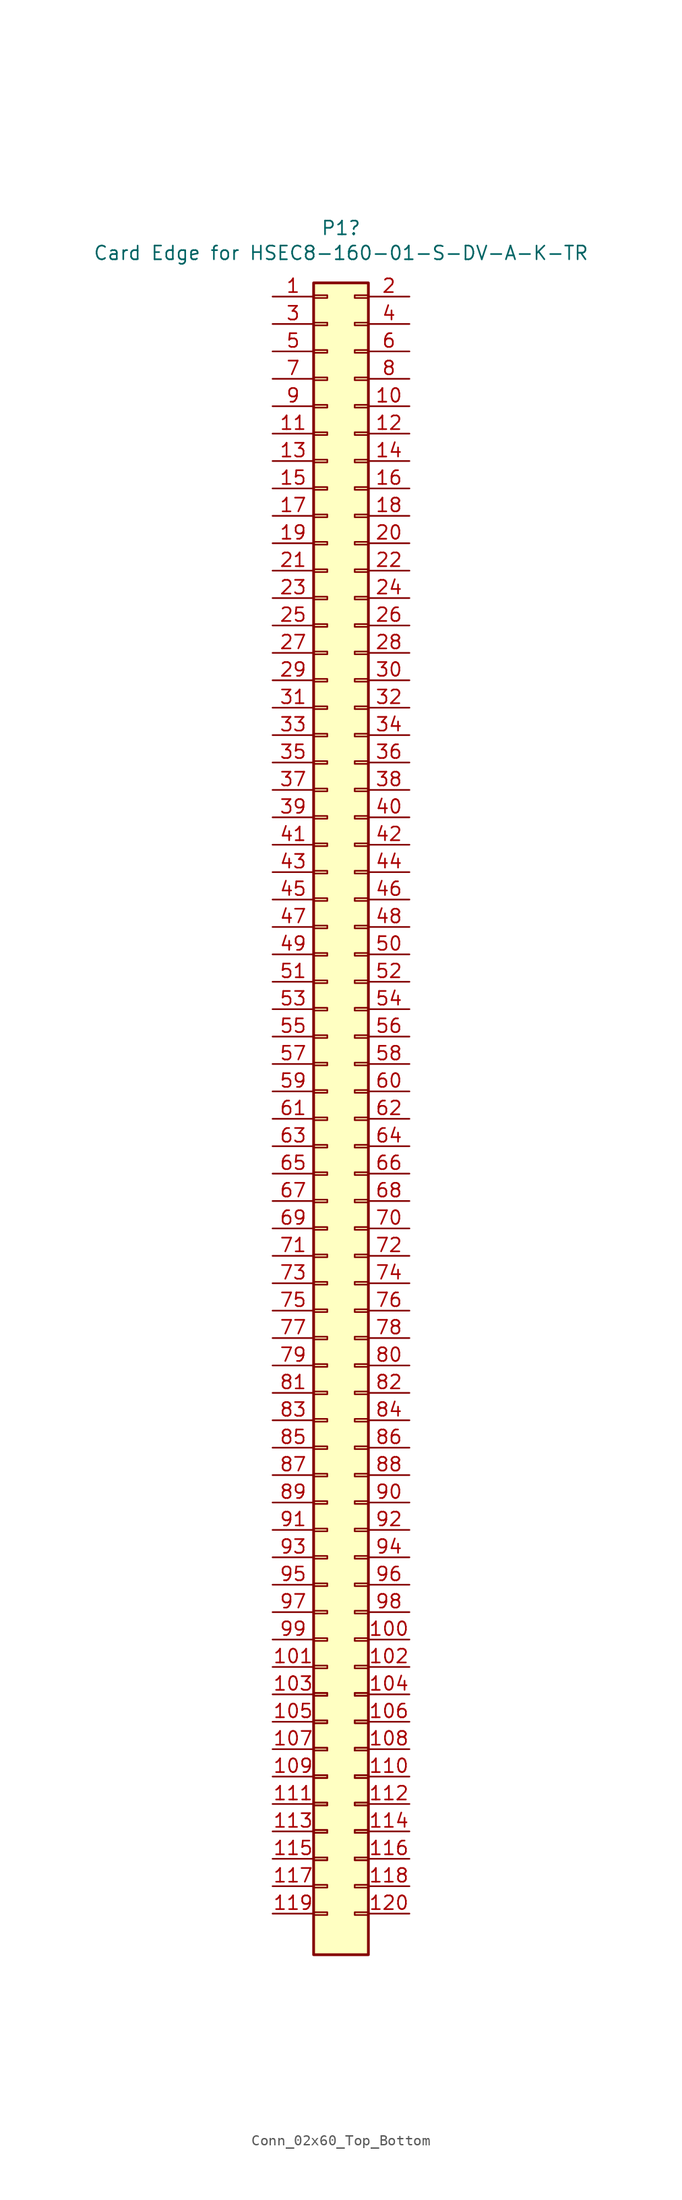
<source format=kicad_sym>
(kicad_symbol_lib
  (version 20220914)
  (generator kicad_symbol_editor)
  (symbol "Conn_02x60_Top_Bottom"
    (pin_names
      (offset 1.016) hide)
    (property "Reference" "P1"
      (at 0 5.08 0)
      (effects (font (size 1.27 1.27))))
    (property "Value" "Card Edge for HSEC8-160-01-S-DV-A-K-TR"
      (at 0 2.769 0)
      (effects (font (size 1.27 1.27))))
    (symbol "Conn_02x60_Top_Bottom_1_1"
      (rectangle (start -2.54 -151.003) (end -1.27 -151.257) (stroke (width 0.152) (type default)) (fill (type none)))
      (rectangle (start -2.54 -148.463) (end -1.27 -148.717) (stroke (width 0.152) (type default)) (fill (type none)))
      (rectangle (start -2.54 -145.923) (end -1.27 -146.177) (stroke (width 0.152) (type default)) (fill (type none)))
      (rectangle (start -2.54 -145.923) (end -1.27 -146.177) (stroke (width 0.152) (type default)) (fill (type none)))
      (rectangle (start -2.54 -143.383) (end -1.27 -143.637) (stroke (width 0.152) (type default)) (fill (type none)))
      (rectangle (start -2.54 -143.383) (end -1.27 -143.637) (stroke (width 0.152) (type default)) (fill (type none)))
      (rectangle (start -2.54 -140.843) (end -1.27 -141.097) (stroke (width 0.152) (type default)) (fill (type none)))
      (rectangle (start -2.54 -140.843) (end -1.27 -141.097) (stroke (width 0.152) (type default)) (fill (type none)))
      (rectangle (start -2.54 -138.303) (end -1.27 -138.557) (stroke (width 0.152) (type default)) (fill (type none)))
      (rectangle (start -2.54 -138.303) (end -1.27 -138.557) (stroke (width 0.152) (type default)) (fill (type none)))
      (rectangle (start -2.54 -135.763) (end -1.27 -136.017) (stroke (width 0.152) (type default)) (fill (type none)))
      (rectangle (start -2.54 -135.763) (end -1.27 -136.017) (stroke (width 0.152) (type default)) (fill (type none)))
      (rectangle (start -2.54 -133.223) (end -1.27 -133.477) (stroke (width 0.152) (type default)) (fill (type none)))
      (rectangle (start -2.54 -133.223) (end -1.27 -133.477) (stroke (width 0.152) (type default)) (fill (type none)))
      (rectangle (start -2.54 -130.683) (end -1.27 -130.937) (stroke (width 0.152) (type default)) (fill (type none)))
      (rectangle (start -2.54 -130.683) (end -1.27 -130.937) (stroke (width 0.152) (type default)) (fill (type none)))
      (rectangle (start -2.54 -128.143) (end -1.27 -128.397) (stroke (width 0.152) (type default)) (fill (type none)))
      (rectangle (start -2.54 -125.603) (end -1.27 -125.857) (stroke (width 0.152) (type default)) (fill (type none)))
      (rectangle (start -2.54 -123.063) (end -1.27 -123.317) (stroke (width 0.152) (type default)) (fill (type none)))
      (rectangle (start -2.54 -120.523) (end -1.27 -120.777) (stroke (width 0.152) (type default)) (fill (type none)))
      (rectangle (start -2.54 -117.983) (end -1.27 -118.237) (stroke (width 0.152) (type default)) (fill (type none)))
      (rectangle (start -2.54 -115.443) (end -1.27 -115.697) (stroke (width 0.152) (type default)) (fill (type none)))
      (rectangle (start -2.54 -112.903) (end -1.27 -113.157) (stroke (width 0.152) (type default)) (fill (type none)))
      (rectangle (start -2.54 -110.363) (end -1.27 -110.617) (stroke (width 0.152) (type default)) (fill (type none)))
      (rectangle (start -2.54 -107.823) (end -1.27 -108.077) (stroke (width 0.152) (type default)) (fill (type none)))
      (rectangle (start -2.54 -105.283) (end -1.27 -105.537) (stroke (width 0.152) (type default)) (fill (type none)))
      (rectangle (start -2.54 -102.743) (end -1.27 -102.997) (stroke (width 0.152) (type default)) (fill (type none)))
      (rectangle (start -2.54 -100.203) (end -1.27 -100.457) (stroke (width 0.152) (type default)) (fill (type none)))
      (rectangle (start -2.54 -97.663) (end -1.27 -97.917) (stroke (width 0.152) (type default)) (fill (type none)))
      (rectangle (start -2.54 -95.123) (end -1.27 -95.377) (stroke (width 0.152) (type default)) (fill (type none)))
      (rectangle (start -2.54 -92.583) (end -1.27 -92.837) (stroke (width 0.152) (type default)) (fill (type none)))
      (rectangle (start -2.54 -90.043) (end -1.27 -90.297) (stroke (width 0.152) (type default)) (fill (type none)))
      (rectangle (start -2.54 -87.503) (end -1.27 -87.757) (stroke (width 0.152) (type default)) (fill (type none)))
      (rectangle (start -2.54 -84.963) (end -1.27 -85.217) (stroke (width 0.152) (type default)) (fill (type none)))
      (rectangle (start -2.54 -82.423) (end -1.27 -82.677) (stroke (width 0.152) (type default)) (fill (type none)))
      (rectangle (start -2.54 -79.883) (end -1.27 -80.137) (stroke (width 0.152) (type default)) (fill (type none)))
      (rectangle (start -2.54 -77.343) (end -1.27 -77.597) (stroke (width 0.152) (type default)) (fill (type none)))
      (rectangle (start -2.54 -74.803) (end -1.27 -75.057) (stroke (width 0.152) (type default)) (fill (type none)))
      (rectangle (start -2.54 -72.263) (end -1.27 -72.517) (stroke (width 0.152) (type default)) (fill (type none)))
      (rectangle (start -2.54 -69.723) (end -1.27 -69.977) (stroke (width 0.152) (type default)) (fill (type none)))
      (rectangle (start -2.54 -67.183) (end -1.27 -67.437) (stroke (width 0.152) (type default)) (fill (type none)))
      (rectangle (start -2.54 -64.643) (end -1.27 -64.897) (stroke (width 0.152) (type default)) (fill (type none)))
      (rectangle (start -2.54 -62.103) (end -1.27 -62.357) (stroke (width 0.152) (type default)) (fill (type none)))
      (rectangle (start -2.54 -59.563) (end -1.27 -59.817) (stroke (width 0.152) (type default)) (fill (type none)))
      (rectangle (start -2.54 -57.023) (end -1.27 -57.277) (stroke (width 0.152) (type default)) (fill (type none)))
      (rectangle (start -2.54 -54.483) (end -1.27 -54.737) (stroke (width 0.152) (type default)) (fill (type none)))
      (rectangle (start -2.54 -51.943) (end -1.27 -52.197) (stroke (width 0.152) (type default)) (fill (type none)))
      (rectangle (start -2.54 -49.403) (end -1.27 -49.657) (stroke (width 0.152) (type default)) (fill (type none)))
      (rectangle (start -2.54 -46.863) (end -1.27 -47.117) (stroke (width 0.152) (type default)) (fill (type none)))
      (rectangle (start -2.54 -44.323) (end -1.27 -44.577) (stroke (width 0.152) (type default)) (fill (type none)))
      (rectangle (start -2.54 -41.783) (end -1.27 -42.037) (stroke (width 0.152) (type default)) (fill (type none)))
      (rectangle (start -2.54 -39.243) (end -1.27 -39.497) (stroke (width 0.152) (type default)) (fill (type none)))
      (rectangle (start -2.54 -36.703) (end -1.27 -36.957) (stroke (width 0.152) (type default)) (fill (type none)))
      (rectangle (start -2.54 -34.163) (end -1.27 -34.417) (stroke (width 0.152) (type default)) (fill (type none)))
      (rectangle (start -2.54 -31.623) (end -1.27 -31.877) (stroke (width 0.152) (type default)) (fill (type none)))
      (rectangle (start -2.54 -29.083) (end -1.27 -29.337) (stroke (width 0.152) (type default)) (fill (type none)))
      (rectangle (start -2.54 -26.543) (end -1.27 -26.797) (stroke (width 0.152) (type default)) (fill (type none)))
      (rectangle (start -2.54 -24.003) (end -1.27 -24.257) (stroke (width 0.152) (type default)) (fill (type none)))
      (rectangle (start -2.54 -21.463) (end -1.27 -21.717) (stroke (width 0.152) (type default)) (fill (type none)))
      (rectangle (start -2.54 -18.923) (end -1.27 -19.177) (stroke (width 0.152) (type default)) (fill (type none)))
      (rectangle (start -2.54 -16.383) (end -1.27 -16.637) (stroke (width 0.152) (type default)) (fill (type none)))
      (rectangle (start -2.54 -13.843) (end -1.27 -14.097) (stroke (width 0.152) (type default)) (fill (type none)))
      (rectangle (start -2.54 -11.303) (end -1.27 -11.557) (stroke (width 0.152) (type default)) (fill (type none)))
      (rectangle (start -2.54 -8.763) (end -1.27 -9.017) (stroke (width 0.152) (type default)) (fill (type none)))
      (rectangle (start -2.54 -6.223) (end -1.27 -6.477) (stroke (width 0.152) (type default)) (fill (type none)))
      (rectangle (start -2.54 -3.683) (end -1.27 -3.937) (stroke (width 0.152) (type default)) (fill (type none)))
      (rectangle (start -2.54 -1.143) (end -1.27 -1.397) (stroke (width 0.152) (type default)) (fill (type none)))
      (rectangle (start -2.54 0) (end 2.54 -154.94) (stroke (width 0.254) (type default)) (fill (type background)))
      (rectangle (start 2.54 -151.003) (end 1.27 -151.257) (stroke (width 0.152) (type default)) (fill (type none)))
      (rectangle (start 2.54 -148.463) (end 1.27 -148.717) (stroke (width 0.152) (type default)) (fill (type none)))
      (rectangle (start 2.54 -145.923) (end 1.27 -146.177) (stroke (width 0.152) (type default)) (fill (type none)))
      (rectangle (start 2.54 -145.923) (end 1.27 -146.177) (stroke (width 0.152) (type default)) (fill (type none)))
      (rectangle (start 2.54 -143.383) (end 1.27 -143.637) (stroke (width 0.152) (type default)) (fill (type none)))
      (rectangle (start 2.54 -143.383) (end 1.27 -143.637) (stroke (width 0.152) (type default)) (fill (type none)))
      (rectangle (start 2.54 -140.843) (end 1.27 -141.097) (stroke (width 0.152) (type default)) (fill (type none)))
      (rectangle (start 2.54 -140.843) (end 1.27 -141.097) (stroke (width 0.152) (type default)) (fill (type none)))
      (rectangle (start 2.54 -138.303) (end 1.27 -138.557) (stroke (width 0.152) (type default)) (fill (type none)))
      (rectangle (start 2.54 -138.303) (end 1.27 -138.557) (stroke (width 0.152) (type default)) (fill (type none)))
      (rectangle (start 2.54 -135.763) (end 1.27 -136.017) (stroke (width 0.152) (type default)) (fill (type none)))
      (rectangle (start 2.54 -135.763) (end 1.27 -136.017) (stroke (width 0.152) (type default)) (fill (type none)))
      (rectangle (start 2.54 -133.223) (end 1.27 -133.477) (stroke (width 0.152) (type default)) (fill (type none)))
      (rectangle (start 2.54 -133.223) (end 1.27 -133.477) (stroke (width 0.152) (type default)) (fill (type none)))
      (rectangle (start 2.54 -130.683) (end 1.27 -130.937) (stroke (width 0.152) (type default)) (fill (type none)))
      (rectangle (start 2.54 -130.683) (end 1.27 -130.937) (stroke (width 0.152) (type default)) (fill (type none)))
      (rectangle (start 2.54 -128.143) (end 1.27 -128.397) (stroke (width 0.152) (type default)) (fill (type none)))
      (rectangle (start 2.54 -125.603) (end 1.27 -125.857) (stroke (width 0.152) (type default)) (fill (type none)))
      (rectangle (start 2.54 -123.063) (end 1.27 -123.317) (stroke (width 0.152) (type default)) (fill (type none)))
      (rectangle (start 2.54 -120.523) (end 1.27 -120.777) (stroke (width 0.152) (type default)) (fill (type none)))
      (rectangle (start 2.54 -117.983) (end 1.27 -118.237) (stroke (width 0.152) (type default)) (fill (type none)))
      (rectangle (start 2.54 -115.443) (end 1.27 -115.697) (stroke (width 0.152) (type default)) (fill (type none)))
      (rectangle (start 2.54 -112.903) (end 1.27 -113.157) (stroke (width 0.152) (type default)) (fill (type none)))
      (rectangle (start 2.54 -110.363) (end 1.27 -110.617) (stroke (width 0.152) (type default)) (fill (type none)))
      (rectangle (start 2.54 -107.823) (end 1.27 -108.077) (stroke (width 0.152) (type default)) (fill (type none)))
      (rectangle (start 2.54 -105.283) (end 1.27 -105.537) (stroke (width 0.152) (type default)) (fill (type none)))
      (rectangle (start 2.54 -102.743) (end 1.27 -102.997) (stroke (width 0.152) (type default)) (fill (type none)))
      (rectangle (start 2.54 -100.203) (end 1.27 -100.457) (stroke (width 0.152) (type default)) (fill (type none)))
      (rectangle (start 2.54 -97.663) (end 1.27 -97.917) (stroke (width 0.152) (type default)) (fill (type none)))
      (rectangle (start 2.54 -95.123) (end 1.27 -95.377) (stroke (width 0.152) (type default)) (fill (type none)))
      (rectangle (start 2.54 -92.583) (end 1.27 -92.837) (stroke (width 0.152) (type default)) (fill (type none)))
      (rectangle (start 2.54 -90.043) (end 1.27 -90.297) (stroke (width 0.152) (type default)) (fill (type none)))
      (rectangle (start 2.54 -87.503) (end 1.27 -87.757) (stroke (width 0.152) (type default)) (fill (type none)))
      (rectangle (start 2.54 -84.963) (end 1.27 -85.217) (stroke (width 0.152) (type default)) (fill (type none)))
      (rectangle (start 2.54 -82.423) (end 1.27 -82.677) (stroke (width 0.152) (type default)) (fill (type none)))
      (rectangle (start 2.54 -79.883) (end 1.27 -80.137) (stroke (width 0.152) (type default)) (fill (type none)))
      (rectangle (start 2.54 -77.343) (end 1.27 -77.597) (stroke (width 0.152) (type default)) (fill (type none)))
      (rectangle (start 2.54 -74.803) (end 1.27 -75.057) (stroke (width 0.152) (type default)) (fill (type none)))
      (rectangle (start 2.54 -72.263) (end 1.27 -72.517) (stroke (width 0.152) (type default)) (fill (type none)))
      (rectangle (start 2.54 -69.723) (end 1.27 -69.977) (stroke (width 0.152) (type default)) (fill (type none)))
      (rectangle (start 2.54 -67.183) (end 1.27 -67.437) (stroke (width 0.152) (type default)) (fill (type none)))
      (rectangle (start 2.54 -64.643) (end 1.27 -64.897) (stroke (width 0.152) (type default)) (fill (type none)))
      (rectangle (start 2.54 -62.103) (end 1.27 -62.357) (stroke (width 0.152) (type default)) (fill (type none)))
      (rectangle (start 2.54 -59.563) (end 1.27 -59.817) (stroke (width 0.152) (type default)) (fill (type none)))
      (rectangle (start 2.54 -57.023) (end 1.27 -57.277) (stroke (width 0.152) (type default)) (fill (type none)))
      (rectangle (start 2.54 -54.483) (end 1.27 -54.737) (stroke (width 0.152) (type default)) (fill (type none)))
      (rectangle (start 2.54 -51.943) (end 1.27 -52.197) (stroke (width 0.152) (type default)) (fill (type none)))
      (rectangle (start 2.54 -49.403) (end 1.27 -49.657) (stroke (width 0.152) (type default)) (fill (type none)))
      (rectangle (start 2.54 -46.863) (end 1.27 -47.117) (stroke (width 0.152) (type default)) (fill (type none)))
      (rectangle (start 2.54 -44.323) (end 1.27 -44.577) (stroke (width 0.152) (type default)) (fill (type none)))
      (rectangle (start 2.54 -41.783) (end 1.27 -42.037) (stroke (width 0.152) (type default)) (fill (type none)))
      (rectangle (start 2.54 -39.243) (end 1.27 -39.497) (stroke (width 0.152) (type default)) (fill (type none)))
      (rectangle (start 2.54 -36.703) (end 1.27 -36.957) (stroke (width 0.152) (type default)) (fill (type none)))
      (rectangle (start 2.54 -34.163) (end 1.27 -34.417) (stroke (width 0.152) (type default)) (fill (type none)))
      (rectangle (start 2.54 -31.623) (end 1.27 -31.877) (stroke (width 0.152) (type default)) (fill (type none)))
      (rectangle (start 2.54 -29.083) (end 1.27 -29.337) (stroke (width 0.152) (type default)) (fill (type none)))
      (rectangle (start 2.54 -26.543) (end 1.27 -26.797) (stroke (width 0.152) (type default)) (fill (type none)))
      (rectangle (start 2.54 -24.003) (end 1.27 -24.257) (stroke (width 0.152) (type default)) (fill (type none)))
      (rectangle (start 2.54 -21.463) (end 1.27 -21.717) (stroke (width 0.152) (type default)) (fill (type none)))
      (rectangle (start 2.54 -18.923) (end 1.27 -19.177) (stroke (width 0.152) (type default)) (fill (type none)))
      (rectangle (start 2.54 -16.383) (end 1.27 -16.637) (stroke (width 0.152) (type default)) (fill (type none)))
      (rectangle (start 2.54 -13.843) (end 1.27 -14.097) (stroke (width 0.152) (type default)) (fill (type none)))
      (rectangle (start 2.54 -11.303) (end 1.27 -11.557) (stroke (width 0.152) (type default)) (fill (type none)))
      (rectangle (start 2.54 -8.763) (end 1.27 -9.017) (stroke (width 0.152) (type default)) (fill (type none)))
      (rectangle (start 2.54 -6.223) (end 1.27 -6.477) (stroke (width 0.152) (type default)) (fill (type none)))
      (rectangle (start 2.54 -3.683) (end 1.27 -3.937) (stroke (width 0.152) (type default)) (fill (type none)))
      (rectangle (start 2.54 -1.143) (end 1.27 -1.397) (stroke (width 0.152) (type default)) (fill (type none)))
      (pin passive line (at -6.35 -1.27 0) (length 3.81) (name "Pin_1" (effects (font (size 1.27 1.27)))) (number "1" (effects (font (size 1.27 1.27)))))
      (pin passive line (at 6.35 -11.43 180) (length 3.81) (name "Pin_10" (effects (font (size 1.27 1.27)))) (number "10" (effects (font (size 1.27 1.27)))))
      (pin passive line (at 6.35 -125.73 180) (length 3.81) (name "Pin_100" (effects (font (size 1.27 1.27)))) (number "100" (effects (font (size 1.27 1.27)))))
      (pin passive line (at -6.35 -128.27 0) (length 3.81) (name "Pin_101" (effects (font (size 1.27 1.27)))) (number "101" (effects (font (size 1.27 1.27)))))
      (pin passive line (at 6.35 -128.27 180) (length 3.81) (name "Pin_102" (effects (font (size 1.27 1.27)))) (number "102" (effects (font (size 1.27 1.27)))))
      (pin passive line (at -6.35 -130.81 0) (length 3.81) (name "Pin_103" (effects (font (size 1.27 1.27)))) (number "103" (effects (font (size 1.27 1.27)))))
      (pin passive line (at 6.35 -130.81 180) (length 3.81) (name "Pin_104" (effects (font (size 1.27 1.27)))) (number "104" (effects (font (size 1.27 1.27)))))
      (pin passive line (at -6.35 -133.35 0) (length 3.81) (name "Pin_105" (effects (font (size 1.27 1.27)))) (number "105" (effects (font (size 1.27 1.27)))))
      (pin passive line (at 6.35 -133.35 180) (length 3.81) (name "Pin_106" (effects (font (size 1.27 1.27)))) (number "106" (effects (font (size 1.27 1.27)))))
      (pin passive line (at -6.35 -135.89 0) (length 3.81) (name "Pin_107" (effects (font (size 1.27 1.27)))) (number "107" (effects (font (size 1.27 1.27)))))
      (pin passive line (at 6.35 -135.89 180) (length 3.81) (name "Pin_108" (effects (font (size 1.27 1.27)))) (number "108" (effects (font (size 1.27 1.27)))))
      (pin passive line (at -6.35 -138.43 0) (length 3.81) (name "Pin_109" (effects (font (size 1.27 1.27)))) (number "109" (effects (font (size 1.27 1.27)))))
      (pin passive line (at -6.35 -13.97 0) (length 3.81) (name "Pin_11" (effects (font (size 1.27 1.27)))) (number "11" (effects (font (size 1.27 1.27)))))
      (pin passive line (at 6.35 -138.43 180) (length 3.81) (name "Pin_110" (effects (font (size 1.27 1.27)))) (number "110" (effects (font (size 1.27 1.27)))))
      (pin passive line (at -6.35 -140.97 0) (length 3.81) (name "Pin_111" (effects (font (size 1.27 1.27)))) (number "111" (effects (font (size 1.27 1.27)))))
      (pin passive line (at 6.35 -140.97 180) (length 3.81) (name "Pin_112" (effects (font (size 1.27 1.27)))) (number "112" (effects (font (size 1.27 1.27)))))
      (pin passive line (at -6.35 -143.51 0) (length 3.81) (name "Pin_113" (effects (font (size 1.27 1.27)))) (number "113" (effects (font (size 1.27 1.27)))))
      (pin passive line (at 6.35 -143.51 180) (length 3.81) (name "Pin_114" (effects (font (size 1.27 1.27)))) (number "114" (effects (font (size 1.27 1.27)))))
      (pin passive line (at -6.35 -146.05 0) (length 3.81) (name "Pin_115" (effects (font (size 1.27 1.27)))) (number "115" (effects (font (size 1.27 1.27)))))
      (pin passive line (at 6.35 -146.05 180) (length 3.81) (name "Pin_116" (effects (font (size 1.27 1.27)))) (number "116" (effects (font (size 1.27 1.27)))))
      (pin passive line (at -6.35 -148.59 0) (length 3.81) (name "Pin_117" (effects (font (size 1.27 1.27)))) (number "117" (effects (font (size 1.27 1.27)))))
      (pin passive line (at 6.35 -148.59 180) (length 3.81) (name "Pin_118" (effects (font (size 1.27 1.27)))) (number "118" (effects (font (size 1.27 1.27)))))
      (pin passive line (at -6.35 -151.13 0) (length 3.81) (name "Pin_119" (effects (font (size 1.27 1.27)))) (number "119" (effects (font (size 1.27 1.27)))))
      (pin passive line (at 6.35 -13.97 180) (length 3.81) (name "Pin_12" (effects (font (size 1.27 1.27)))) (number "12" (effects (font (size 1.27 1.27)))))
      (pin passive line (at 6.35 -151.13 180) (length 3.81) (name "Pin_120" (effects (font (size 1.27 1.27)))) (number "120" (effects (font (size 1.27 1.27)))))
      (pin passive line (at -6.35 -16.51 0) (length 3.81) (name "Pin_13" (effects (font (size 1.27 1.27)))) (number "13" (effects (font (size 1.27 1.27)))))
      (pin passive line (at 6.35 -16.51 180) (length 3.81) (name "Pin_14" (effects (font (size 1.27 1.27)))) (number "14" (effects (font (size 1.27 1.27)))))
      (pin passive line (at -6.35 -19.05 0) (length 3.81) (name "Pin_15" (effects (font (size 1.27 1.27)))) (number "15" (effects (font (size 1.27 1.27)))))
      (pin passive line (at 6.35 -19.05 180) (length 3.81) (name "Pin_16" (effects (font (size 1.27 1.27)))) (number "16" (effects (font (size 1.27 1.27)))))
      (pin passive line (at -6.35 -21.59 0) (length 3.81) (name "Pin_17" (effects (font (size 1.27 1.27)))) (number "17" (effects (font (size 1.27 1.27)))))
      (pin passive line (at 6.35 -21.59 180) (length 3.81) (name "Pin_18" (effects (font (size 1.27 1.27)))) (number "18" (effects (font (size 1.27 1.27)))))
      (pin passive line (at -6.35 -24.13 0) (length 3.81) (name "Pin_19" (effects (font (size 1.27 1.27)))) (number "19" (effects (font (size 1.27 1.27)))))
      (pin passive line (at 6.35 -1.27 180) (length 3.81) (name "Pin_2" (effects (font (size 1.27 1.27)))) (number "2" (effects (font (size 1.27 1.27)))))
      (pin passive line (at 6.35 -24.13 180) (length 3.81) (name "Pin_20" (effects (font (size 1.27 1.27)))) (number "20" (effects (font (size 1.27 1.27)))))
      (pin passive line (at -6.35 -26.67 0) (length 3.81) (name "Pin_21" (effects (font (size 1.27 1.27)))) (number "21" (effects (font (size 1.27 1.27)))))
      (pin passive line (at 6.35 -26.67 180) (length 3.81) (name "Pin_22" (effects (font (size 1.27 1.27)))) (number "22" (effects (font (size 1.27 1.27)))))
      (pin passive line (at -6.35 -29.21 0) (length 3.81) (name "Pin_23" (effects (font (size 1.27 1.27)))) (number "23" (effects (font (size 1.27 1.27)))))
      (pin passive line (at 6.35 -29.21 180) (length 3.81) (name "Pin_24" (effects (font (size 1.27 1.27)))) (number "24" (effects (font (size 1.27 1.27)))))
      (pin passive line (at -6.35 -31.75 0) (length 3.81) (name "Pin_25" (effects (font (size 1.27 1.27)))) (number "25" (effects (font (size 1.27 1.27)))))
      (pin passive line (at 6.35 -31.75 180) (length 3.81) (name "Pin_26" (effects (font (size 1.27 1.27)))) (number "26" (effects (font (size 1.27 1.27)))))
      (pin passive line (at -6.35 -34.29 0) (length 3.81) (name "Pin_27" (effects (font (size 1.27 1.27)))) (number "27" (effects (font (size 1.27 1.27)))))
      (pin passive line (at 6.35 -34.29 180) (length 3.81) (name "Pin_28" (effects (font (size 1.27 1.27)))) (number "28" (effects (font (size 1.27 1.27)))))
      (pin passive line (at -6.35 -36.83 0) (length 3.81) (name "Pin_29" (effects (font (size 1.27 1.27)))) (number "29" (effects (font (size 1.27 1.27)))))
      (pin passive line (at -6.35 -3.81 0) (length 3.81) (name "Pin_3" (effects (font (size 1.27 1.27)))) (number "3" (effects (font (size 1.27 1.27)))))
      (pin passive line (at 6.35 -36.83 180) (length 3.81) (name "Pin_30" (effects (font (size 1.27 1.27)))) (number "30" (effects (font (size 1.27 1.27)))))
      (pin passive line (at -6.35 -39.37 0) (length 3.81) (name "Pin_31" (effects (font (size 1.27 1.27)))) (number "31" (effects (font (size 1.27 1.27)))))
      (pin passive line (at 6.35 -39.37 180) (length 3.81) (name "Pin_32" (effects (font (size 1.27 1.27)))) (number "32" (effects (font (size 1.27 1.27)))))
      (pin passive line (at -6.35 -41.91 0) (length 3.81) (name "Pin_33" (effects (font (size 1.27 1.27)))) (number "33" (effects (font (size 1.27 1.27)))))
      (pin passive line (at 6.35 -41.91 180) (length 3.81) (name "Pin_34" (effects (font (size 1.27 1.27)))) (number "34" (effects (font (size 1.27 1.27)))))
      (pin passive line (at -6.35 -44.45 0) (length 3.81) (name "Pin_35" (effects (font (size 1.27 1.27)))) (number "35" (effects (font (size 1.27 1.27)))))
      (pin passive line (at 6.35 -44.45 180) (length 3.81) (name "Pin_36" (effects (font (size 1.27 1.27)))) (number "36" (effects (font (size 1.27 1.27)))))
      (pin passive line (at -6.35 -46.99 0) (length 3.81) (name "Pin_37" (effects (font (size 1.27 1.27)))) (number "37" (effects (font (size 1.27 1.27)))))
      (pin passive line (at 6.35 -46.99 180) (length 3.81) (name "Pin_38" (effects (font (size 1.27 1.27)))) (number "38" (effects (font (size 1.27 1.27)))))
      (pin passive line (at -6.35 -49.53 0) (length 3.81) (name "Pin_39" (effects (font (size 1.27 1.27)))) (number "39" (effects (font (size 1.27 1.27)))))
      (pin passive line (at 6.35 -3.81 180) (length 3.81) (name "Pin_4" (effects (font (size 1.27 1.27)))) (number "4" (effects (font (size 1.27 1.27)))))
      (pin passive line (at 6.35 -49.53 180) (length 3.81) (name "Pin_40" (effects (font (size 1.27 1.27)))) (number "40" (effects (font (size 1.27 1.27)))))
      (pin passive line (at -6.35 -52.07 0) (length 3.81) (name "Pin_41" (effects (font (size 1.27 1.27)))) (number "41" (effects (font (size 1.27 1.27)))))
      (pin passive line (at 6.35 -52.07 180) (length 3.81) (name "Pin_42" (effects (font (size 1.27 1.27)))) (number "42" (effects (font (size 1.27 1.27)))))
      (pin passive line (at -6.35 -54.61 0) (length 3.81) (name "Pin_43" (effects (font (size 1.27 1.27)))) (number "43" (effects (font (size 1.27 1.27)))))
      (pin passive line (at 6.35 -54.61 180) (length 3.81) (name "Pin_44" (effects (font (size 1.27 1.27)))) (number "44" (effects (font (size 1.27 1.27)))))
      (pin passive line (at -6.35 -57.15 0) (length 3.81) (name "Pin_45" (effects (font (size 1.27 1.27)))) (number "45" (effects (font (size 1.27 1.27)))))
      (pin passive line (at 6.35 -57.15 180) (length 3.81) (name "Pin_46" (effects (font (size 1.27 1.27)))) (number "46" (effects (font (size 1.27 1.27)))))
      (pin passive line (at -6.35 -59.69 0) (length 3.81) (name "Pin_47" (effects (font (size 1.27 1.27)))) (number "47" (effects (font (size 1.27 1.27)))))
      (pin passive line (at 6.35 -59.69 180) (length 3.81) (name "Pin_48" (effects (font (size 1.27 1.27)))) (number "48" (effects (font (size 1.27 1.27)))))
      (pin passive line (at -6.35 -62.23 0) (length 3.81) (name "Pin_49" (effects (font (size 1.27 1.27)))) (number "49" (effects (font (size 1.27 1.27)))))
      (pin passive line (at -6.35 -6.35 0) (length 3.81) (name "Pin_5" (effects (font (size 1.27 1.27)))) (number "5" (effects (font (size 1.27 1.27)))))
      (pin passive line (at 6.35 -62.23 180) (length 3.81) (name "Pin_50" (effects (font (size 1.27 1.27)))) (number "50" (effects (font (size 1.27 1.27)))))
      (pin passive line (at -6.35 -64.77 0) (length 3.81) (name "Pin_51" (effects (font (size 1.27 1.27)))) (number "51" (effects (font (size 1.27 1.27)))))
      (pin passive line (at 6.35 -64.77 180) (length 3.81) (name "Pin_52" (effects (font (size 1.27 1.27)))) (number "52" (effects (font (size 1.27 1.27)))))
      (pin passive line (at -6.35 -67.31 0) (length 3.81) (name "Pin_53" (effects (font (size 1.27 1.27)))) (number "53" (effects (font (size 1.27 1.27)))))
      (pin passive line (at 6.35 -67.31 180) (length 3.81) (name "Pin_54" (effects (font (size 1.27 1.27)))) (number "54" (effects (font (size 1.27 1.27)))))
      (pin passive line (at -6.35 -69.85 0) (length 3.81) (name "Pin_55" (effects (font (size 1.27 1.27)))) (number "55" (effects (font (size 1.27 1.27)))))
      (pin passive line (at 6.35 -69.85 180) (length 3.81) (name "Pin_56" (effects (font (size 1.27 1.27)))) (number "56" (effects (font (size 1.27 1.27)))))
      (pin passive line (at -6.35 -72.39 0) (length 3.81) (name "Pin_57" (effects (font (size 1.27 1.27)))) (number "57" (effects (font (size 1.27 1.27)))))
      (pin passive line (at 6.35 -72.39 180) (length 3.81) (name "Pin_58" (effects (font (size 1.27 1.27)))) (number "58" (effects (font (size 1.27 1.27)))))
      (pin passive line (at -6.35 -74.93 0) (length 3.81) (name "Pin_59" (effects (font (size 1.27 1.27)))) (number "59" (effects (font (size 1.27 1.27)))))
      (pin passive line (at 6.35 -6.35 180) (length 3.81) (name "Pin_6" (effects (font (size 1.27 1.27)))) (number "6" (effects (font (size 1.27 1.27)))))
      (pin passive line (at 6.35 -74.93 180) (length 3.81) (name "Pin_60" (effects (font (size 1.27 1.27)))) (number "60" (effects (font (size 1.27 1.27)))))
      (pin passive line (at -6.35 -77.47 0) (length 3.81) (name "Pin_61" (effects (font (size 1.27 1.27)))) (number "61" (effects (font (size 1.27 1.27)))))
      (pin passive line (at 6.35 -77.47 180) (length 3.81) (name "Pin_62" (effects (font (size 1.27 1.27)))) (number "62" (effects (font (size 1.27 1.27)))))
      (pin passive line (at -6.35 -80.01 0) (length 3.81) (name "Pin_63" (effects (font (size 1.27 1.27)))) (number "63" (effects (font (size 1.27 1.27)))))
      (pin passive line (at 6.35 -80.01 180) (length 3.81) (name "Pin_64" (effects (font (size 1.27 1.27)))) (number "64" (effects (font (size 1.27 1.27)))))
      (pin passive line (at -6.35 -82.55 0) (length 3.81) (name "Pin_65" (effects (font (size 1.27 1.27)))) (number "65" (effects (font (size 1.27 1.27)))))
      (pin passive line (at 6.35 -82.55 180) (length 3.81) (name "Pin_66" (effects (font (size 1.27 1.27)))) (number "66" (effects (font (size 1.27 1.27)))))
      (pin passive line (at -6.35 -85.09 0) (length 3.81) (name "Pin_67" (effects (font (size 1.27 1.27)))) (number "67" (effects (font (size 1.27 1.27)))))
      (pin passive line (at 6.35 -85.09 180) (length 3.81) (name "Pin_68" (effects (font (size 1.27 1.27)))) (number "68" (effects (font (size 1.27 1.27)))))
      (pin passive line (at -6.35 -87.63 0) (length 3.81) (name "Pin_69" (effects (font (size 1.27 1.27)))) (number "69" (effects (font (size 1.27 1.27)))))
      (pin passive line (at -6.35 -8.89 0) (length 3.81) (name "Pin_7" (effects (font (size 1.27 1.27)))) (number "7" (effects (font (size 1.27 1.27)))))
      (pin passive line (at 6.35 -87.63 180) (length 3.81) (name "Pin_70" (effects (font (size 1.27 1.27)))) (number "70" (effects (font (size 1.27 1.27)))))
      (pin passive line (at -6.35 -90.17 0) (length 3.81) (name "Pin_71" (effects (font (size 1.27 1.27)))) (number "71" (effects (font (size 1.27 1.27)))))
      (pin passive line (at 6.35 -90.17 180) (length 3.81) (name "Pin_72" (effects (font (size 1.27 1.27)))) (number "72" (effects (font (size 1.27 1.27)))))
      (pin passive line (at -6.35 -92.71 0) (length 3.81) (name "Pin_73" (effects (font (size 1.27 1.27)))) (number "73" (effects (font (size 1.27 1.27)))))
      (pin passive line (at 6.35 -92.71 180) (length 3.81) (name "Pin_74" (effects (font (size 1.27 1.27)))) (number "74" (effects (font (size 1.27 1.27)))))
      (pin passive line (at -6.35 -95.25 0) (length 3.81) (name "Pin_75" (effects (font (size 1.27 1.27)))) (number "75" (effects (font (size 1.27 1.27)))))
      (pin passive line (at 6.35 -95.25 180) (length 3.81) (name "Pin_76" (effects (font (size 1.27 1.27)))) (number "76" (effects (font (size 1.27 1.27)))))
      (pin passive line (at -6.35 -97.79 0) (length 3.81) (name "Pin_77" (effects (font (size 1.27 1.27)))) (number "77" (effects (font (size 1.27 1.27)))))
      (pin passive line (at 6.35 -97.79 180) (length 3.81) (name "Pin_78" (effects (font (size 1.27 1.27)))) (number "78" (effects (font (size 1.27 1.27)))))
      (pin passive line (at -6.35 -100.33 0) (length 3.81) (name "Pin_79" (effects (font (size 1.27 1.27)))) (number "79" (effects (font (size 1.27 1.27)))))
      (pin passive line (at 6.35 -8.89 180) (length 3.81) (name "Pin_8" (effects (font (size 1.27 1.27)))) (number "8" (effects (font (size 1.27 1.27)))))
      (pin passive line (at 6.35 -100.33 180) (length 3.81) (name "Pin_80" (effects (font (size 1.27 1.27)))) (number "80" (effects (font (size 1.27 1.27)))))
      (pin passive line (at -6.35 -102.87 0) (length 3.81) (name "Pin_81" (effects (font (size 1.27 1.27)))) (number "81" (effects (font (size 1.27 1.27)))))
      (pin passive line (at 6.35 -102.87 180) (length 3.81) (name "Pin_82" (effects (font (size 1.27 1.27)))) (number "82" (effects (font (size 1.27 1.27)))))
      (pin passive line (at -6.35 -105.41 0) (length 3.81) (name "Pin_83" (effects (font (size 1.27 1.27)))) (number "83" (effects (font (size 1.27 1.27)))))
      (pin passive line (at 6.35 -105.41 180) (length 3.81) (name "Pin_84" (effects (font (size 1.27 1.27)))) (number "84" (effects (font (size 1.27 1.27)))))
      (pin passive line (at -6.35 -107.95 0) (length 3.81) (name "Pin_85" (effects (font (size 1.27 1.27)))) (number "85" (effects (font (size 1.27 1.27)))))
      (pin passive line (at 6.35 -107.95 180) (length 3.81) (name "Pin_86" (effects (font (size 1.27 1.27)))) (number "86" (effects (font (size 1.27 1.27)))))
      (pin passive line (at -6.35 -110.49 0) (length 3.81) (name "Pin_87" (effects (font (size 1.27 1.27)))) (number "87" (effects (font (size 1.27 1.27)))))
      (pin passive line (at 6.35 -110.49 180) (length 3.81) (name "Pin_88" (effects (font (size 1.27 1.27)))) (number "88" (effects (font (size 1.27 1.27)))))
      (pin passive line (at -6.35 -113.03 0) (length 3.81) (name "Pin_89" (effects (font (size 1.27 1.27)))) (number "89" (effects (font (size 1.27 1.27)))))
      (pin passive line (at -6.35 -11.43 0) (length 3.81) (name "Pin_9" (effects (font (size 1.27 1.27)))) (number "9" (effects (font (size 1.27 1.27)))))
      (pin passive line (at 6.35 -113.03 180) (length 3.81) (name "Pin_90" (effects (font (size 1.27 1.27)))) (number "90" (effects (font (size 1.27 1.27)))))
      (pin passive line (at -6.35 -115.57 0) (length 3.81) (name "Pin_91" (effects (font (size 1.27 1.27)))) (number "91" (effects (font (size 1.27 1.27)))))
      (pin passive line (at 6.35 -115.57 180) (length 3.81) (name "Pin_92" (effects (font (size 1.27 1.27)))) (number "92" (effects (font (size 1.27 1.27)))))
      (pin passive line (at -6.35 -118.11 0) (length 3.81) (name "Pin93" (effects (font (size 1.27 1.27)))) (number "93" (effects (font (size 1.27 1.27)))))
      (pin passive line (at 6.35 -118.11 180) (length 3.81) (name "Pin_94" (effects (font (size 1.27 1.27)))) (number "94" (effects (font (size 1.27 1.27)))))
      (pin passive line (at -6.35 -120.65 0) (length 3.81) (name "Pin_95" (effects (font (size 1.27 1.27)))) (number "95" (effects (font (size 1.27 1.27)))))
      (pin passive line (at 6.35 -120.65 180) (length 3.81) (name "Pin_96" (effects (font (size 1.27 1.27)))) (number "96" (effects (font (size 1.27 1.27)))))
      (pin passive line (at -6.35 -123.19 0) (length 3.81) (name "Pin_97" (effects (font (size 1.27 1.27)))) (number "97" (effects (font (size 1.27 1.27)))))
      (pin passive line (at 6.35 -123.19 180) (length 3.81) (name "Pin_98" (effects (font (size 1.27 1.27)))) (number "98" (effects (font (size 1.27 1.27)))))
      (pin passive line (at -6.35 -125.73 0) (length 3.81) (name "Pin_99" (effects (font (size 1.27 1.27)))) (number "99" (effects (font (size 1.27 1.27))))))))
</source>
